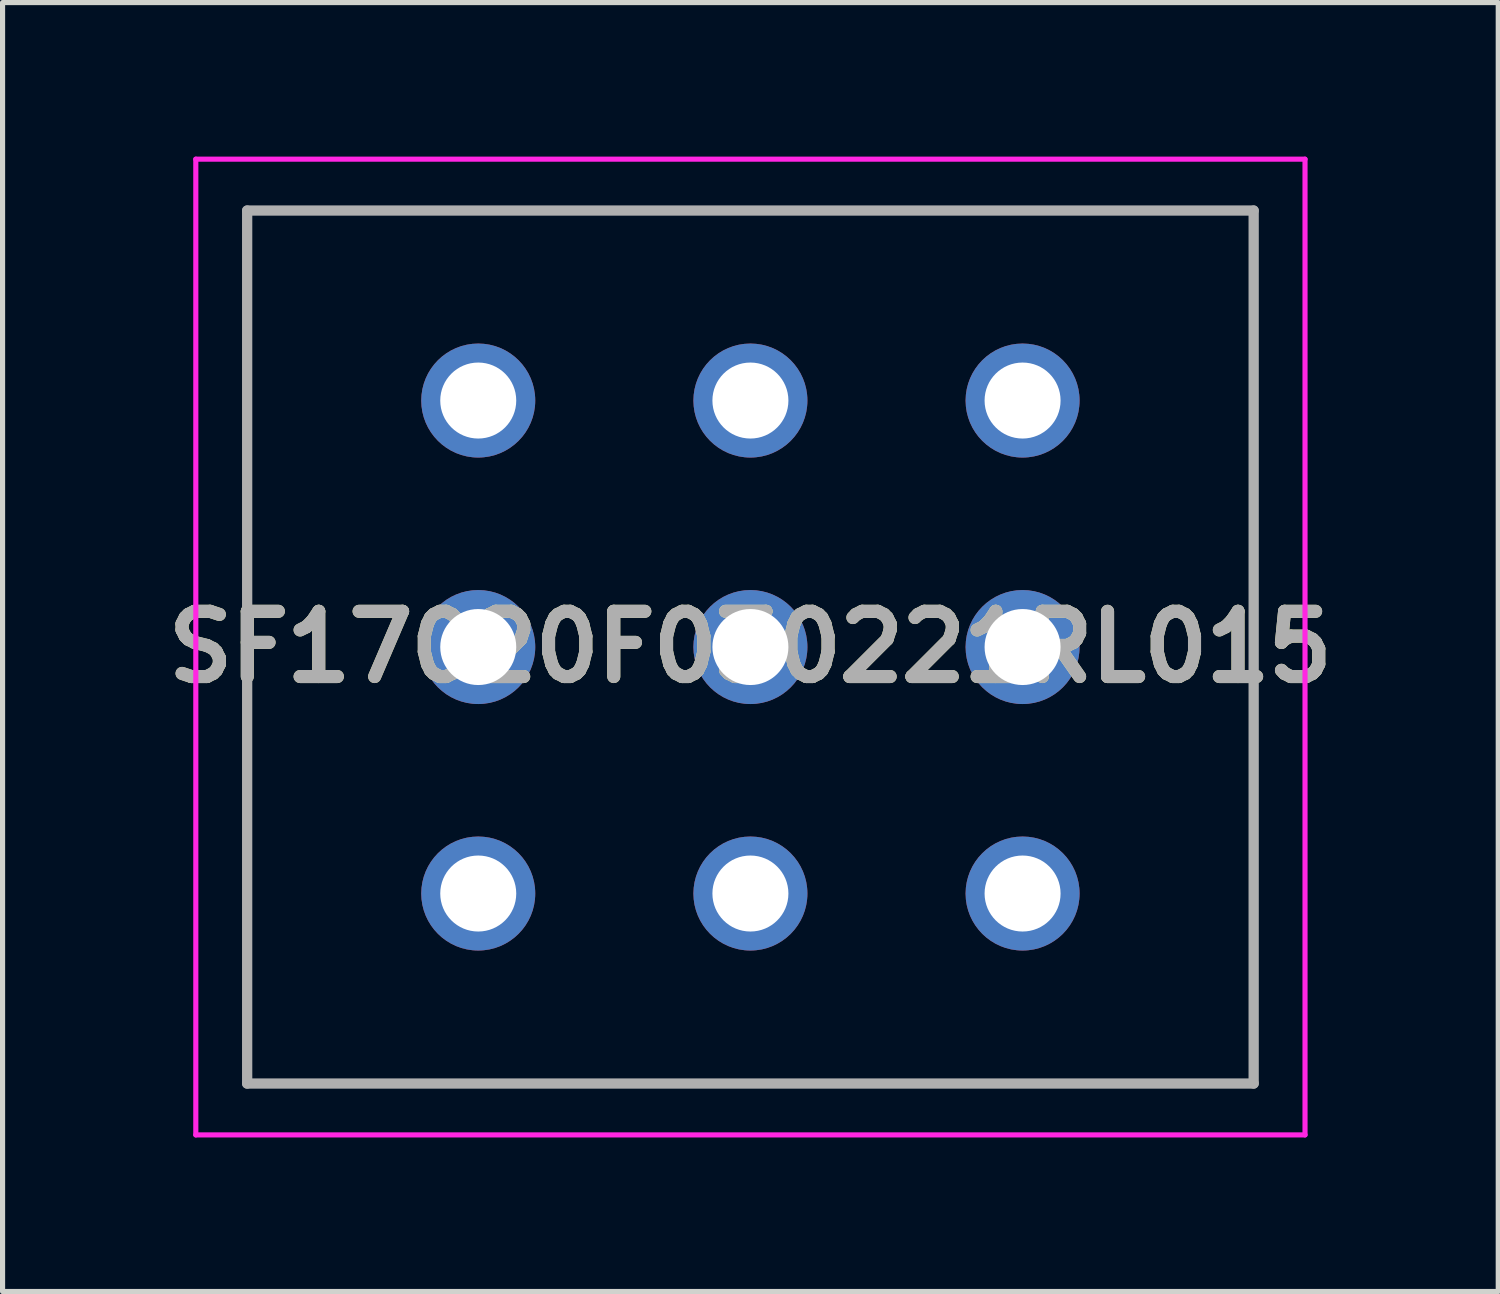
<source format=kicad_pcb>
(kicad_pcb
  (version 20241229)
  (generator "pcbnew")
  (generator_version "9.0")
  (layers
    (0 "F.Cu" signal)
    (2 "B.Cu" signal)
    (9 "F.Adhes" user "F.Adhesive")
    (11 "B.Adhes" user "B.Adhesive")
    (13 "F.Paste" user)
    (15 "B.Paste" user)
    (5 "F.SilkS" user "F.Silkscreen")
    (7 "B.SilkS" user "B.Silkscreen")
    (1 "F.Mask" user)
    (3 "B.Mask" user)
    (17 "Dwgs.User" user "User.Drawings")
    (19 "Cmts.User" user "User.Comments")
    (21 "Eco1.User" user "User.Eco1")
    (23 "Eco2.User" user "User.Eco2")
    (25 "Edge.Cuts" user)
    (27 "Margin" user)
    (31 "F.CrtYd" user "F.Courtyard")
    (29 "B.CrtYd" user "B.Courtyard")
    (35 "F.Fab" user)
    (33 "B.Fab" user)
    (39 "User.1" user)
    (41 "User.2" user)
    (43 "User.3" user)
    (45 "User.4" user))
  (footprint "SF17020F030221RL015"
    (layer "F.Cu")
    (at 11.563 9.55)
    (property "Reference" "SF17020F030221RL015" (at 0 0 0) (layer "F.SilkS") (effects (font (size 1.27 1.27) (thickness 0.254))))
    (attr through_hole)
    (fp_line (start -9.8 -8.5) (end 9.8 -8.5) (stroke (width 0.1) (type solid)) (layer "F.SilkS"))
    (fp_line (start -9.8 8.5) (end -9.8 -8.5) (stroke (width 0.1) (type solid)) (layer "F.SilkS"))
    (fp_line (start 9.8 -8.5) (end 9.8 8.5) (stroke (width 0.1) (type solid)) (layer "F.SilkS"))
    (fp_line (start 9.8 8.5) (end -9.8 8.5) (stroke (width 0.1) (type solid)) (layer "F.SilkS"))
    (fp_line (start -10.8 -9.5) (end 10.8 -9.5) (stroke (width 0.1) (type solid)) (layer "F.CrtYd"))
    (fp_line (start -10.8 9.5) (end -10.8 -9.5) (stroke (width 0.1) (type solid)) (layer "F.CrtYd"))
    (fp_line (start 10.8 -9.5) (end 10.8 9.5) (stroke (width 0.1) (type solid)) (layer "F.CrtYd"))
    (fp_line (start 10.8 9.5) (end -10.8 9.5) (stroke (width 0.1) (type solid)) (layer "F.CrtYd"))
    (fp_line (start -9.8 -8.5) (end 9.8 -8.5) (stroke (width 0.2) (type solid)) (layer "F.Fab"))
    (fp_line (start -9.8 8.5) (end -9.8 -8.5) (stroke (width 0.2) (type solid)) (layer "F.Fab"))
    (fp_line (start 9.8 -8.5) (end 9.8 8.5) (stroke (width 0.2) (type solid)) (layer "F.Fab"))
    (fp_line (start 9.8 8.5) (end -9.8 8.5) (stroke (width 0.2) (type solid)) (layer "F.Fab"))
    (fp_text user "${REFERENCE}" (at 0 0 0) (layer "F.Fab") (effects (font (size 1.27 1.27) (thickness 0.254))))
    (pad "1" thru_hole circle (at 5.3 4.8) (size 2.22 2.22) (drill 1.48) (layers "*.Cu" "*.Mask"))
    (pad "2" thru_hole circle (at 5.3 0) (size 2.22 2.22) (drill 1.48) (layers "*.Cu" "*.Mask"))
    (pad "3" thru_hole circle (at 5.3 -4.8) (size 2.22 2.22) (drill 1.48) (layers "*.Cu" "*.Mask"))
    (pad "4" thru_hole circle (at 0 4.8) (size 2.22 2.22) (drill 1.48) (layers "*.Cu" "*.Mask"))
    (pad "5" thru_hole circle (at 0 0) (size 2.22 2.22) (drill 1.48) (layers "*.Cu" "*.Mask"))
    (pad "6" thru_hole circle (at 0 -4.8) (size 2.22 2.22) (drill 1.48) (layers "*.Cu" "*.Mask"))
    (pad "7" thru_hole circle (at -5.3 4.8) (size 2.22 2.22) (drill 1.48) (layers "*.Cu" "*.Mask"))
    (pad "8" thru_hole circle (at -5.3 0) (size 2.22 2.22) (drill 1.48) (layers "*.Cu" "*.Mask"))
    (pad "9" thru_hole circle (at -5.3 -4.8) (size 2.22 2.22) (drill 1.48) (layers "*.Cu" "*.Mask")))
  (gr_rect
    (start -3 -3)
    (end 26.126 22.1)
    (stroke (width 0.1) (type default))
    (fill no)
    (layer "Edge.Cuts")))
</source>
